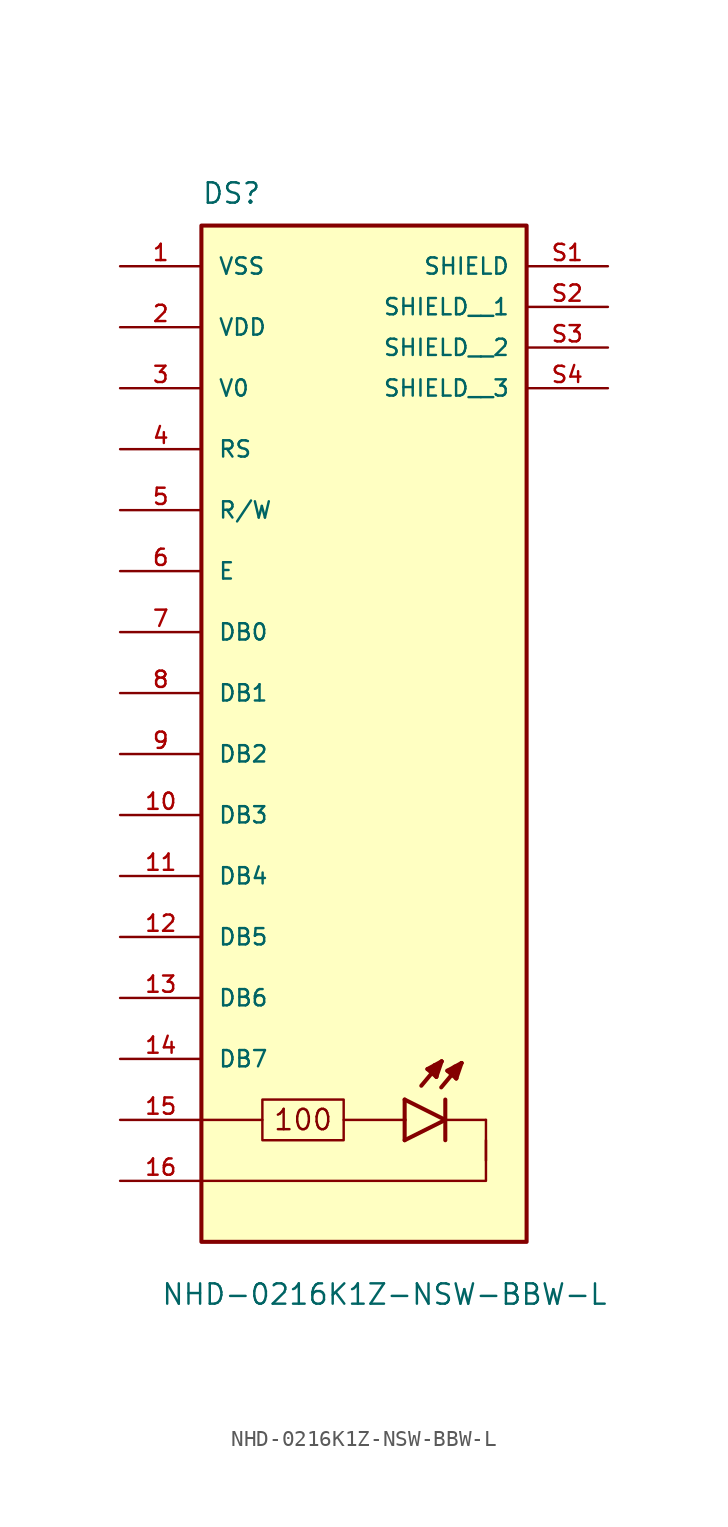
<source format=kicad_sym>
(kicad_symbol_lib
  (version 20231120)
  (generator "kicad_symbol_editor")
  (generator_version "8.0")
  (symbol "NHD-0216K1Z-NSW-BBW-L"
    (pin_names
      (offset 1.016))
    (property "Reference" "DS"
      (at -10.16 21.59 0)
      (effects (font (size 1.27 1.27)) (justify left bottom)))
    (property "Value" "NHD-0216K1Z-NSW-BBW-L"
      (at -12.7 -45.72 0)
      (effects (font (size 1.27 1.27)) (justify left top)))
    (symbol "NHD-0216K1Z-NSW-BBW-L_0_0"
      (rectangle (start -10.16 20.32) (end 10.16 -43.18) (stroke (width 0.254) (type default)) (fill (type background)))
      (polyline (pts (xy 2.54 -36.83) (xy 5.08 -35.56)) (stroke (width 0.254) (type default)) (fill (type none)))
      (polyline (pts (xy 2.54 -35.56) (xy 2.54 -36.83)) (stroke (width 0.254) (type default)) (fill (type none)))
      (polyline (pts (xy 2.54 -34.29) (xy 2.54 -35.56)) (stroke (width 0.254) (type default)) (fill (type none)))
      (polyline (pts (xy 3.962 -32.385) (xy 4.851 -31.902)) (stroke (width 0.254) (type default)) (fill (type none)))
      (polyline (pts (xy 4.14 -32.461) (xy 4.369 -32.309)) (stroke (width 0.254) (type default)) (fill (type none)))
      (polyline (pts (xy 4.521 -32.868) (xy 3.962 -32.385)) (stroke (width 0.254) (type default)) (fill (type none)))
      (polyline (pts (xy 4.521 -32.868) (xy 4.547 -32.131)) (stroke (width 0.254) (type default)) (fill (type none)))
      (polyline (pts (xy 4.547 -32.131) (xy 4.42 -32.131)) (stroke (width 0.254) (type default)) (fill (type none)))
      (polyline (pts (xy 4.851 -31.902) (xy 3.581 -33.426)) (stroke (width 0.254) (type default)) (fill (type none)))
      (polyline (pts (xy 4.851 -31.902) (xy 4.521 -32.868)) (stroke (width 0.254) (type default)) (fill (type none)))
      (polyline (pts (xy 5.08 -35.56) (xy 2.54 -34.29)) (stroke (width 0.254) (type default)) (fill (type none)))
      (polyline (pts (xy 5.08 -35.56) (xy 5.08 -36.83)) (stroke (width 0.254) (type default)) (fill (type none)))
      (polyline (pts (xy 5.08 -34.29) (xy 5.08 -35.56)) (stroke (width 0.254) (type default)) (fill (type none)))
      (polyline (pts (xy 5.207 -32.487) (xy 6.096 -32.004)) (stroke (width 0.254) (type default)) (fill (type none)))
      (polyline (pts (xy 5.385 -32.563) (xy 5.613 -32.41)) (stroke (width 0.254) (type default)) (fill (type none)))
      (polyline (pts (xy 5.766 -32.969) (xy 5.207 -32.487)) (stroke (width 0.254) (type default)) (fill (type none)))
      (polyline (pts (xy 5.766 -32.969) (xy 5.791 -32.233)) (stroke (width 0.254) (type default)) (fill (type none)))
      (polyline (pts (xy 5.791 -32.233) (xy 5.664 -32.233)) (stroke (width 0.254) (type default)) (fill (type none)))
      (polyline (pts (xy 6.096 -32.004) (xy 4.826 -33.528)) (stroke (width 0.254) (type default)) (fill (type none)))
      (polyline (pts (xy 6.096 -32.004) (xy 5.766 -32.969)) (stroke (width 0.254) (type default)) (fill (type none)))
      (polyline (pts (xy 7.62 -38.1) (xy 7.62 -35.56)) (stroke (width 0.152) (type default)) (fill (type none)))
      (polyline (pts (xy 7.62 -35.56) (xy 5.08 -35.56)) (stroke (width 0.152) (type default)) (fill (type none)))
      (pin passive line (at 15.24 17.78 180) (length 5.08) (name "SHIELD" (effects (font (size 1.016 1.016)))) (number "S1" (effects (font (size 1.016 1.016)))))
      (pin passive line (at 15.24 15.24 180) (length 5.08) (name "SHIELD__1" (effects (font (size 1.016 1.016)))) (number "S2" (effects (font (size 1.016 1.016)))))
      (pin passive line (at 15.24 12.7 180) (length 5.08) (name "SHIELD__2" (effects (font (size 1.016 1.016)))) (number "S3" (effects (font (size 1.016 1.016)))))
      (pin passive line (at 15.24 10.16 180) (length 5.08) (name "SHIELD__3" (effects (font (size 1.016 1.016)))) (number "S4" (effects (font (size 1.016 1.016))))))
    (symbol "NHD-0216K1Z-NSW-BBW-L_0_1"
      (rectangle (start -6.35 -34.29) (end -1.27 -36.83) (stroke (width 0) (type default)) (fill (type none)))
      (polyline (pts (xy -10.16 -35.56) (xy -6.35 -35.56)) (stroke (width 0) (type default)) (fill (type none)))
      (polyline (pts (xy -1.27 -35.56) (xy 2.54 -35.56)) (stroke (width 0) (type default)) (fill (type none)))
      (polyline (pts (xy -10.16 -39.37) (xy 7.62 -39.37) (xy 7.62 -36.83)) (stroke (width 0) (type default)) (fill (type none))))
    (symbol "NHD-0216K1Z-NSW-BBW-L_1_0"
      (pin power_in line (at -15.24 17.78 0) (length 5.08) (name "VSS" (effects (font (size 1.016 1.016)))) (number "1" (effects (font (size 1.016 1.016)))))
      (pin bidirectional line (at -15.24 -16.51 0) (length 5.08) (name "DB3" (effects (font (size 1.016 1.016)))) (number "10" (effects (font (size 1.016 1.016)))))
      (pin bidirectional line (at -15.24 -20.32 0) (length 5.08) (name "DB4" (effects (font (size 1.016 1.016)))) (number "11" (effects (font (size 1.016 1.016)))))
      (pin bidirectional line (at -15.24 -24.13 0) (length 5.08) (name "DB5" (effects (font (size 1.016 1.016)))) (number "12" (effects (font (size 1.016 1.016)))))
      (pin bidirectional line (at -15.24 -27.94 0) (length 5.08) (name "DB6" (effects (font (size 1.016 1.016)))) (number "13" (effects (font (size 1.016 1.016)))))
      (pin bidirectional line (at -15.24 -31.75 0) (length 5.08) (name "DB7" (effects (font (size 1.016 1.016)))) (number "14" (effects (font (size 1.016 1.016)))))
      (pin passive line (at -15.24 -35.56 0) (length 5.08) (name "~" (effects (font (size 1.016 1.016)))) (number "15" (effects (font (size 1.016 1.016)))))
      (pin passive line (at -15.24 -39.37 0) (length 5.08) (name "~" (effects (font (size 1.016 1.016)))) (number "16" (effects (font (size 1.016 1.016)))))
      (pin power_in line (at -15.24 13.97 0) (length 5.08) (name "VDD" (effects (font (size 1.016 1.016)))) (number "2" (effects (font (size 1.016 1.016)))))
      (pin power_in line (at -15.24 10.16 0) (length 5.08) (name "V0" (effects (font (size 1.016 1.016)))) (number "3" (effects (font (size 1.016 1.016)))))
      (pin input line (at -15.24 6.35 0) (length 5.08) (name "RS" (effects (font (size 1.016 1.016)))) (number "4" (effects (font (size 1.016 1.016)))))
      (pin input line (at -15.24 2.54 0) (length 5.08) (name "R/W" (effects (font (size 1.016 1.016)))) (number "5" (effects (font (size 1.016 1.016)))))
      (pin input line (at -15.24 -1.27 0) (length 5.08) (name "E" (effects (font (size 1.016 1.016)))) (number "6" (effects (font (size 1.016 1.016)))))
      (pin bidirectional line (at -15.24 -5.08 0) (length 5.08) (name "DB0" (effects (font (size 1.016 1.016)))) (number "7" (effects (font (size 1.016 1.016)))))
      (pin bidirectional line (at -15.24 -8.89 0) (length 5.08) (name "DB1" (effects (font (size 1.016 1.016)))) (number "8" (effects (font (size 1.016 1.016)))))
      (pin bidirectional line (at -15.24 -12.7 0) (length 5.08) (name "DB2" (effects (font (size 1.016 1.016)))) (number "9" (effects (font (size 1.016 1.016))))))
    (symbol "NHD-0216K1Z-NSW-BBW-L_1_1"
      (text "100" (at -3.81 -35.56 0) (effects (font (size 1.27 1.27)))))))
</source>
